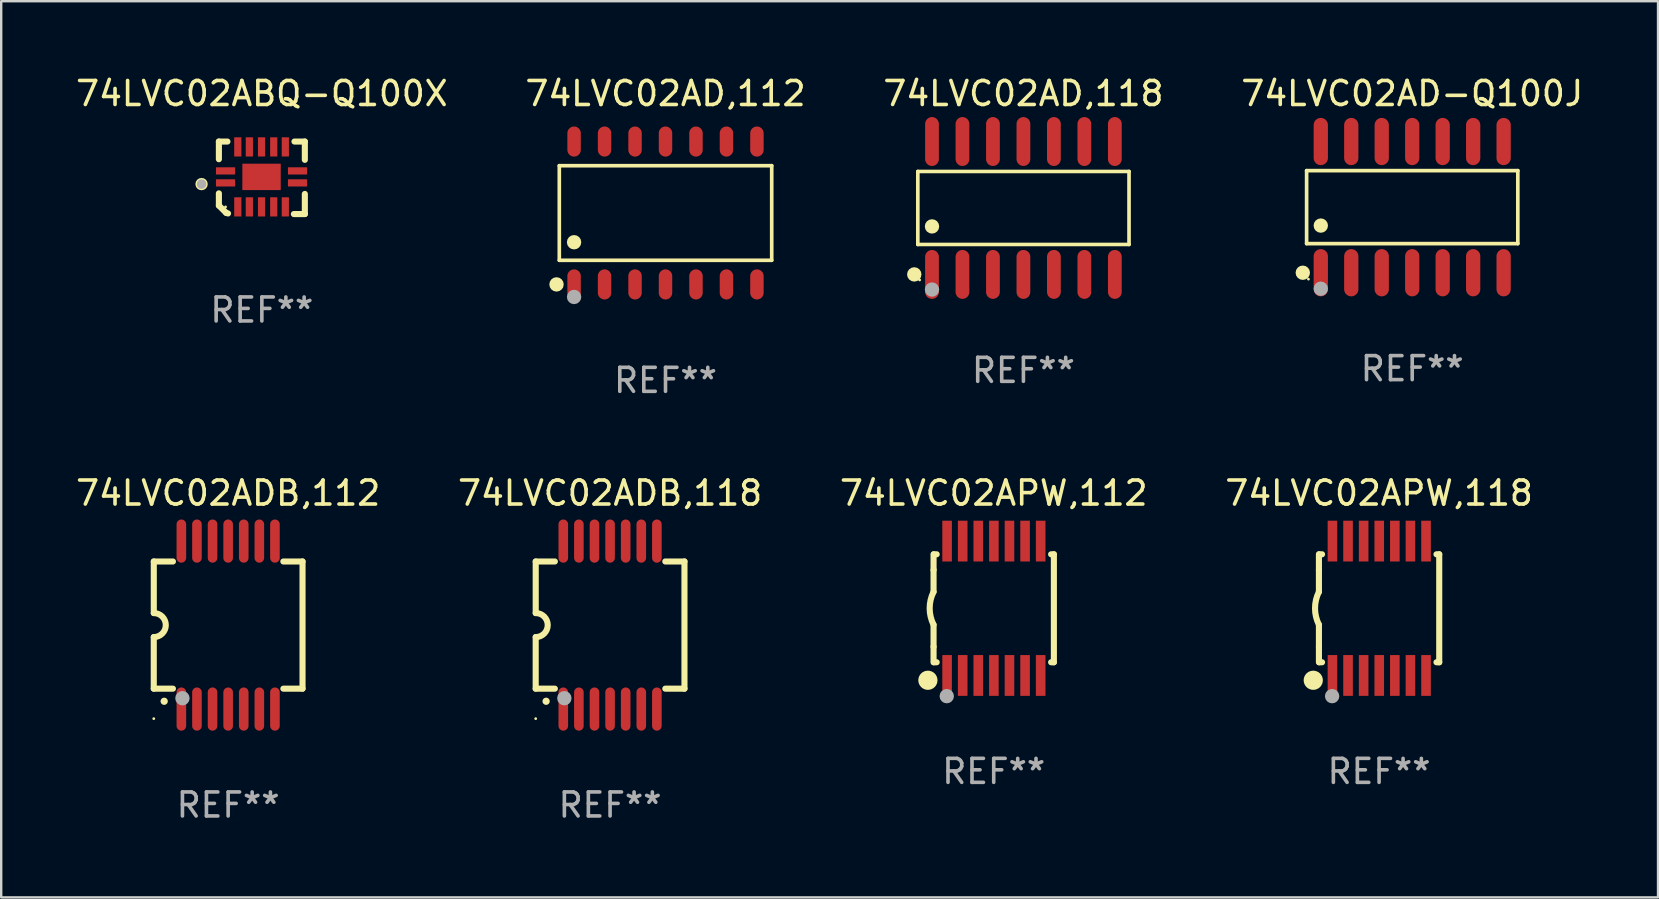
<source format=kicad_pcb>
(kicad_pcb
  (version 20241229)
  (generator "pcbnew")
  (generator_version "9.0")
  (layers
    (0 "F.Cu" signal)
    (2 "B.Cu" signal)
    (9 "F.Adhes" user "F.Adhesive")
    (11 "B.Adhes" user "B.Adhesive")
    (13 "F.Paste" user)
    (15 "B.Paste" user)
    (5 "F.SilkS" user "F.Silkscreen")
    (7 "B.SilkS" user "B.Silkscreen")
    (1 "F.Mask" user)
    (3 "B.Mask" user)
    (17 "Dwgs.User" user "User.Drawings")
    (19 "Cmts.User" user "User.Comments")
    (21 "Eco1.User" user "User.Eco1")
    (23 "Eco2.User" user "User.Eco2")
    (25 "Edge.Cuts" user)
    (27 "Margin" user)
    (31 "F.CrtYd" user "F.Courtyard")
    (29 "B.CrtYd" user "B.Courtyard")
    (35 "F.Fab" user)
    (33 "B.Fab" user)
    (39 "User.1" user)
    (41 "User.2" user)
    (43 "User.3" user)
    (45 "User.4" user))
  (footprint "74LVC02APW,118"
    (layer "F.Cu")
    (at 54.423 22.3)
    (property "Reference" "74LVC02APW,118" (at 0 -4.8 0) (layer "F.SilkS") (effects (font (size 1 1) (thickness 0.15))))
    (attr through_hole)
    (fp_line (start -2.507 -1.6) (end -2.507 -2.25) (stroke (width 0.254) (type solid)) (layer "F.SilkS"))
    (fp_line (start -2.507 -0.686) (end -2.507 -1.6) (stroke (width 0.254) (type solid)) (layer "F.SilkS"))
    (fp_line (start -2.507 1.6) (end -2.507 0.686) (stroke (width 0.254) (type solid)) (layer "F.SilkS"))
    (fp_line (start -2.507 1.6) (end -2.507 2.25) (stroke (width 0.254) (type solid)) (layer "F.SilkS"))
    (fp_line (start -2.493 -2.25) (end -2.377 -2.25) (stroke (width 0.254) (type solid)) (layer "F.SilkS"))
    (fp_line (start -2.377 2.25) (end -2.493 2.25) (stroke (width 0.254) (type solid)) (layer "F.SilkS"))
    (fp_line (start 2.392 -2.25) (end 2.507 -2.25) (stroke (width 0.254) (type solid)) (layer "F.SilkS"))
    (fp_line (start 2.507 -2.25) (end 2.507 2.25) (stroke (width 0.254) (type solid)) (layer "F.SilkS"))
    (fp_line (start 2.507 2.25) (end 2.392 2.25) (stroke (width 0.254) (type solid)) (layer "F.SilkS"))
    (fp_arc (start -2.507303 0.685802) (mid -2.669199 0) (end -2.507303 -0.685801) (stroke (width 0.254001) (type solid)) (layer "F.SilkS"))
    (fp_circle (center -2.743 3) (end -2.543 3) (stroke (width 0.4) (type solid)) (fill no) (layer "F.SilkS"))
    (fp_circle (center -2.493 3.2) (end -2.463 3.2) (stroke (width 0.06) (type solid)) (fill no) (layer "F.SilkS"))
    (fp_circle (center -1.957 3.662) (end -1.807 3.662) (stroke (width 0.3) (type solid)) (fill no) (layer "F.Fab"))
    (fp_text user "REF**" (at 0 6.8 0) (layer "F.Fab") (effects (font (size 1 1) (thickness 0.15))))
    (pad "1" smd rect (at -1.943 2.8) (size 0.4 1.7) (layers "F.Cu" "F.Mask" "F.Paste"))
    (pad "2" smd rect (at -1.293 2.8) (size 0.4 1.7) (layers "F.Cu" "F.Mask" "F.Paste"))
    (pad "3" smd rect (at -0.643 2.8) (size 0.4 1.7) (layers "F.Cu" "F.Mask" "F.Paste"))
    (pad "4" smd rect (at 0.007 2.8) (size 0.4 1.7) (layers "F.Cu" "F.Mask" "F.Paste"))
    (pad "5" smd rect (at 0.657 2.8) (size 0.4 1.7) (layers "F.Cu" "F.Mask" "F.Paste"))
    (pad "6" smd rect (at 1.307 2.8) (size 0.4 1.7) (layers "F.Cu" "F.Mask" "F.Paste"))
    (pad "7" smd rect (at 1.957 2.8) (size 0.4 1.7) (layers "F.Cu" "F.Mask" "F.Paste"))
    (pad "8" smd rect (at 1.957 -2.8) (size 0.4 1.7) (layers "F.Cu" "F.Mask" "F.Paste"))
    (pad "9" smd rect (at 1.307 -2.8) (size 0.4 1.7) (layers "F.Cu" "F.Mask" "F.Paste"))
    (pad "10" smd rect (at 0.657 -2.8) (size 0.4 1.7) (layers "F.Cu" "F.Mask" "F.Paste"))
    (pad "11" smd rect (at 0.007 -2.8) (size 0.4 1.7) (layers "F.Cu" "F.Mask" "F.Paste"))
    (pad "12" smd rect (at -0.643 -2.8) (size 0.4 1.7) (layers "F.Cu" "F.Mask" "F.Paste"))
    (pad "13" smd rect (at -1.293 -2.8) (size 0.4 1.7) (layers "F.Cu" "F.Mask" "F.Paste"))
    (pad "14" smd rect (at -1.943 -2.8) (size 0.4 1.7) (layers "F.Cu" "F.Mask" "F.Paste")))
  (footprint "74LVC02AD-Q100J"
    (layer "F.Cu")
    (at 55.804 5.582)
    (property "Reference" "74LVC02AD-Q100J" (at 0 -4.734 0) (layer "F.SilkS") (effects (font (size 1 1) (thickness 0.15))))
    (attr through_hole)
    (fp_line (start -4.401 -1.521) (end 4.401 -1.521) (stroke (width 0.152) (type solid)) (layer "F.SilkS"))
    (fp_line (start -4.401 1.521) (end -4.401 -1.521) (stroke (width 0.152) (type solid)) (layer "F.SilkS"))
    (fp_line (start 4.401 -1.521) (end 4.401 1.521) (stroke (width 0.152) (type solid)) (layer "F.SilkS"))
    (fp_line (start 4.401 1.521) (end -4.401 1.521) (stroke (width 0.152) (type solid)) (layer "F.SilkS"))
    (fp_circle (center -4.56 2.734) (end -4.41 2.734) (stroke (width 0.3) (type solid)) (fill no) (layer "F.SilkS"))
    (fp_circle (center -4.325 3) (end -4.295 3) (stroke (width 0.06) (type solid)) (fill no) (layer "F.SilkS"))
    (fp_circle (center -3.81 0.769) (end -3.66 0.769) (stroke (width 0.3) (type solid)) (fill no) (layer "F.SilkS"))
    (fp_circle (center -3.81 3.4) (end -3.66 3.4) (stroke (width 0.3) (type solid)) (fill no) (layer "F.Fab"))
    (fp_text user "REF**" (at 0 6.734 0) (layer "F.Fab") (effects (font (size 1 1) (thickness 0.15))))
    (pad "1" smd oval (at -3.81 2.734) (size 0.595 1.968) (layers "F.Cu" "F.Mask" "F.Paste"))
    (pad "2" smd oval (at -2.54 2.734) (size 0.595 1.968) (layers "F.Cu" "F.Mask" "F.Paste"))
    (pad "3" smd oval (at -1.27 2.734) (size 0.595 1.968) (layers "F.Cu" "F.Mask" "F.Paste"))
    (pad "4" smd oval (at 0 2.734) (size 0.595 1.968) (layers "F.Cu" "F.Mask" "F.Paste"))
    (pad "5" smd oval (at 1.27 2.734) (size 0.595 1.968) (layers "F.Cu" "F.Mask" "F.Paste"))
    (pad "6" smd oval (at 2.54 2.734) (size 0.595 1.968) (layers "F.Cu" "F.Mask" "F.Paste"))
    (pad "7" smd oval (at 3.81 2.734) (size 0.595 1.968) (layers "F.Cu" "F.Mask" "F.Paste"))
    (pad "8" smd oval (at 3.81 -2.734) (size 0.595 1.968) (layers "F.Cu" "F.Mask" "F.Paste"))
    (pad "9" smd oval (at 2.54 -2.734) (size 0.595 1.968) (layers "F.Cu" "F.Mask" "F.Paste"))
    (pad "10" smd oval (at 1.27 -2.734) (size 0.595 1.968) (layers "F.Cu" "F.Mask" "F.Paste"))
    (pad "11" smd oval (at 0 -2.734) (size 0.595 1.968) (layers "F.Cu" "F.Mask" "F.Paste"))
    (pad "12" smd oval (at -1.27 -2.734) (size 0.595 1.968) (layers "F.Cu" "F.Mask" "F.Paste"))
    (pad "13" smd oval (at -2.54 -2.734) (size 0.595 1.968) (layers "F.Cu" "F.Mask" "F.Paste"))
    (pad "14" smd oval (at -3.81 -2.734) (size 0.595 1.968) (layers "F.Cu" "F.Mask" "F.Paste")))
  (footprint "74LVC02AD,118"
    (layer "F.Cu")
    (at 39.601 5.617)
    (property "Reference" "74LVC02AD,118" (at 0 -4.769 0) (layer "F.SilkS") (effects (font (size 1 1) (thickness 0.15))))
    (attr through_hole)
    (fp_line (start -4.401 -1.521) (end 4.401 -1.521) (stroke (width 0.152) (type solid)) (layer "F.SilkS"))
    (fp_line (start -4.401 1.521) (end -4.401 -1.521) (stroke (width 0.152) (type solid)) (layer "F.SilkS"))
    (fp_line (start 4.401 -1.521) (end 4.401 1.521) (stroke (width 0.152) (type solid)) (layer "F.SilkS"))
    (fp_line (start 4.401 1.521) (end -4.401 1.521) (stroke (width 0.152) (type solid)) (layer "F.SilkS"))
    (fp_circle (center -4.549 2.769) (end -4.399 2.769) (stroke (width 0.3) (type solid)) (fill no) (layer "F.SilkS"))
    (fp_circle (center -4.325 3) (end -4.295 3) (stroke (width 0.06) (type solid)) (fill no) (layer "F.SilkS"))
    (fp_circle (center -3.81 0.769) (end -3.66 0.769) (stroke (width 0.3) (type solid)) (fill no) (layer "F.SilkS"))
    (fp_circle (center -3.81 3.4) (end -3.66 3.4) (stroke (width 0.3) (type solid)) (fill no) (layer "F.Fab"))
    (fp_text user "REF**" (at 0 6.769 0) (layer "F.Fab") (effects (font (size 1 1) (thickness 0.15))))
    (pad "1" smd oval (at -3.81 2.769) (size 0.574 2.038) (layers "F.Cu" "F.Mask" "F.Paste"))
    (pad "2" smd oval (at -2.54 2.769) (size 0.574 2.038) (layers "F.Cu" "F.Mask" "F.Paste"))
    (pad "3" smd oval (at -1.27 2.769) (size 0.574 2.038) (layers "F.Cu" "F.Mask" "F.Paste"))
    (pad "4" smd oval (at 0 2.769) (size 0.574 2.038) (layers "F.Cu" "F.Mask" "F.Paste"))
    (pad "5" smd oval (at 1.27 2.769) (size 0.574 2.038) (layers "F.Cu" "F.Mask" "F.Paste"))
    (pad "6" smd oval (at 2.54 2.769) (size 0.574 2.038) (layers "F.Cu" "F.Mask" "F.Paste"))
    (pad "7" smd oval (at 3.81 2.769) (size 0.574 2.038) (layers "F.Cu" "F.Mask" "F.Paste"))
    (pad "8" smd oval (at 3.81 -2.769) (size 0.574 2.038) (layers "F.Cu" "F.Mask" "F.Paste"))
    (pad "9" smd oval (at 2.54 -2.769) (size 0.574 2.038) (layers "F.Cu" "F.Mask" "F.Paste"))
    (pad "10" smd oval (at 1.27 -2.769) (size 0.574 2.038) (layers "F.Cu" "F.Mask" "F.Paste"))
    (pad "11" smd oval (at 0 -2.769) (size 0.574 2.038) (layers "F.Cu" "F.Mask" "F.Paste"))
    (pad "12" smd oval (at -1.27 -2.769) (size 0.574 2.038) (layers "F.Cu" "F.Mask" "F.Paste"))
    (pad "13" smd oval (at -2.54 -2.769) (size 0.574 2.038) (layers "F.Cu" "F.Mask" "F.Paste"))
    (pad "14" smd oval (at -3.81 -2.769) (size 0.574 2.038) (layers "F.Cu" "F.Mask" "F.Paste")))
  (footprint "74LVC02APW,112"
    (layer "F.Cu")
    (at 38.363 22.3)
    (property "Reference" "74LVC02APW,112" (at 0 -4.8 0) (layer "F.SilkS") (effects (font (size 1 1) (thickness 0.15))))
    (attr through_hole)
    (fp_line (start -2.507 -1.6) (end -2.507 -2.25) (stroke (width 0.254) (type solid)) (layer "F.SilkS"))
    (fp_line (start -2.507 -0.686) (end -2.507 -1.6) (stroke (width 0.254) (type solid)) (layer "F.SilkS"))
    (fp_line (start -2.507 1.6) (end -2.507 0.686) (stroke (width 0.254) (type solid)) (layer "F.SilkS"))
    (fp_line (start -2.507 1.6) (end -2.507 2.25) (stroke (width 0.254) (type solid)) (layer "F.SilkS"))
    (fp_line (start -2.493 -2.25) (end -2.377 -2.25) (stroke (width 0.254) (type solid)) (layer "F.SilkS"))
    (fp_line (start -2.377 2.25) (end -2.493 2.25) (stroke (width 0.254) (type solid)) (layer "F.SilkS"))
    (fp_line (start 2.392 -2.25) (end 2.507 -2.25) (stroke (width 0.254) (type solid)) (layer "F.SilkS"))
    (fp_line (start 2.507 -2.25) (end 2.507 2.25) (stroke (width 0.254) (type solid)) (layer "F.SilkS"))
    (fp_line (start 2.507 2.25) (end 2.392 2.25) (stroke (width 0.254) (type solid)) (layer "F.SilkS"))
    (fp_arc (start -2.507303 0.685802) (mid -2.669199 0) (end -2.507303 -0.685801) (stroke (width 0.254001) (type solid)) (layer "F.SilkS"))
    (fp_circle (center -2.743 3) (end -2.543 3) (stroke (width 0.4) (type solid)) (fill no) (layer "F.SilkS"))
    (fp_circle (center -2.493 3.2) (end -2.463 3.2) (stroke (width 0.06) (type solid)) (fill no) (layer "F.SilkS"))
    (fp_circle (center -1.957 3.662) (end -1.807 3.662) (stroke (width 0.3) (type solid)) (fill no) (layer "F.Fab"))
    (fp_text user "REF**" (at 0 6.8 0) (layer "F.Fab") (effects (font (size 1 1) (thickness 0.15))))
    (pad "1" smd rect (at -1.943 2.8) (size 0.4 1.7) (layers "F.Cu" "F.Mask" "F.Paste"))
    (pad "2" smd rect (at -1.293 2.8) (size 0.4 1.7) (layers "F.Cu" "F.Mask" "F.Paste"))
    (pad "3" smd rect (at -0.643 2.8) (size 0.4 1.7) (layers "F.Cu" "F.Mask" "F.Paste"))
    (pad "4" smd rect (at 0.007 2.8) (size 0.4 1.7) (layers "F.Cu" "F.Mask" "F.Paste"))
    (pad "5" smd rect (at 0.657 2.8) (size 0.4 1.7) (layers "F.Cu" "F.Mask" "F.Paste"))
    (pad "6" smd rect (at 1.307 2.8) (size 0.4 1.7) (layers "F.Cu" "F.Mask" "F.Paste"))
    (pad "7" smd rect (at 1.957 2.8) (size 0.4 1.7) (layers "F.Cu" "F.Mask" "F.Paste"))
    (pad "8" smd rect (at 1.957 -2.8) (size 0.4 1.7) (layers "F.Cu" "F.Mask" "F.Paste"))
    (pad "9" smd rect (at 1.307 -2.8) (size 0.4 1.7) (layers "F.Cu" "F.Mask" "F.Paste"))
    (pad "10" smd rect (at 0.657 -2.8) (size 0.4 1.7) (layers "F.Cu" "F.Mask" "F.Paste"))
    (pad "11" smd rect (at 0.007 -2.8) (size 0.4 1.7) (layers "F.Cu" "F.Mask" "F.Paste"))
    (pad "12" smd rect (at -0.643 -2.8) (size 0.4 1.7) (layers "F.Cu" "F.Mask" "F.Paste"))
    (pad "13" smd rect (at -1.293 -2.8) (size 0.4 1.7) (layers "F.Cu" "F.Mask" "F.Paste"))
    (pad "14" smd rect (at -1.943 -2.8) (size 0.4 1.7) (layers "F.Cu" "F.Mask" "F.Paste")))
  (footprint "74LVC02ADB,118"
    (layer "F.Cu")
    (at 22.375 23)
    (property "Reference" "74LVC02ADB,118" (at 0 -5.5 0) (layer "F.SilkS") (effects (font (size 1 1) (thickness 0.15))))
    (attr through_hole)
    (fp_line (start -3.1 2.65) (end -3.1 0.5) (stroke (width 0.254) (type solid)) (layer "F.SilkS"))
    (fp_line (start -3.099 -2.65) (end -2.301 -2.65) (stroke (width 0.254) (type solid)) (layer "F.SilkS"))
    (fp_line (start -3.099 -0.5) (end -3.099 -2.65) (stroke (width 0.254) (type solid)) (layer "F.SilkS"))
    (fp_line (start -2.301 2.65) (end -3.1 2.65) (stroke (width 0.254) (type solid)) (layer "F.SilkS"))
    (fp_line (start 2.301 -2.65) (end 3.1 -2.65) (stroke (width 0.254) (type solid)) (layer "F.SilkS"))
    (fp_line (start 3.1 -2.65) (end 3.1 2.65) (stroke (width 0.254) (type solid)) (layer "F.SilkS"))
    (fp_line (start 3.1 2.65) (end 2.301 2.65) (stroke (width 0.254) (type solid)) (layer "F.SilkS"))
    (fp_arc (start -3.098806 -0.500381) (mid -2.598806 0) (end -3.098806 0.500381) (stroke (width 0.254001) (type solid)) (layer "F.SilkS"))
    (fp_arc (start -2.667005 3.175006) (mid -2.665735 3.175001) (end -2.664465 3.175006) (stroke (width 0.3) (type solid)) (layer "F.SilkS"))
    (fp_circle (center -3.1 3.9) (end -3.07 3.9) (stroke (width 0.06) (type solid)) (fill no) (layer "F.SilkS"))
    (fp_circle (center -1.905 3.048) (end -1.755 3.048) (stroke (width 0.3) (type solid)) (fill no) (layer "F.Fab"))
    (fp_text user "REF**" (at 0 7.5 0) (layer "F.Fab") (effects (font (size 1 1) (thickness 0.15))))
    (pad "1" smd oval (at -1.95 3.5 270) (size 1.8 0.4) (layers "F.Cu" "F.Mask" "F.Paste"))
    (pad "2" smd oval (at -1.3 3.5 270) (size 1.8 0.4) (layers "F.Cu" "F.Mask" "F.Paste"))
    (pad "3" smd oval (at -0.65 3.5 270) (size 1.8 0.4) (layers "F.Cu" "F.Mask" "F.Paste"))
    (pad "4" smd oval (at 0 3.5 270) (size 1.8 0.4) (layers "F.Cu" "F.Mask" "F.Paste"))
    (pad "5" smd oval (at 0.65 3.5 270) (size 1.8 0.4) (layers "F.Cu" "F.Mask" "F.Paste"))
    (pad "6" smd oval (at 1.3 3.5 270) (size 1.8 0.4) (layers "F.Cu" "F.Mask" "F.Paste"))
    (pad "7" smd oval (at 1.95 3.5 270) (size 1.8 0.4) (layers "F.Cu" "F.Mask" "F.Paste"))
    (pad "8" smd oval (at 1.95 -3.5 90) (size 1.8 0.4) (layers "F.Cu" "F.Mask" "F.Paste"))
    (pad "9" smd oval (at 1.3 -3.5 90) (size 1.8 0.4) (layers "F.Cu" "F.Mask" "F.Paste"))
    (pad "10" smd oval (at 0.65 -3.5 90) (size 1.8 0.4) (layers "F.Cu" "F.Mask" "F.Paste"))
    (pad "11" smd oval (at 0 -3.5 90) (size 1.8 0.4) (layers "F.Cu" "F.Mask" "F.Paste"))
    (pad "12" smd oval (at -0.65 -3.5 90) (size 1.8 0.4) (layers "F.Cu" "F.Mask" "F.Paste"))
    (pad "13" smd oval (at -1.3 -3.5 90) (size 1.8 0.4) (layers "F.Cu" "F.Mask" "F.Paste"))
    (pad "14" smd oval (at -1.95 -3.5 90) (size 1.8 0.4) (layers "F.Cu" "F.Mask" "F.Paste")))
  (footprint "74LVC02AD,112"
    (layer "F.Cu")
    (at 24.685 5.826)
    (property "Reference" "74LVC02AD,112" (at 0 -4.977 0) (layer "F.SilkS") (effects (font (size 1 1) (thickness 0.15))))
    (attr through_hole)
    (fp_line (start -4.426 -1.971) (end 4.426 -1.971) (stroke (width 0.152) (type solid)) (layer "F.SilkS"))
    (fp_line (start -4.426 1.971) (end -4.426 -1.971) (stroke (width 0.152) (type solid)) (layer "F.SilkS"))
    (fp_line (start 4.426 -1.971) (end 4.426 1.971) (stroke (width 0.152) (type solid)) (layer "F.SilkS"))
    (fp_line (start 4.426 1.971) (end -4.426 1.971) (stroke (width 0.152) (type solid)) (layer "F.SilkS"))
    (fp_circle (center -4.542 2.977) (end -4.392 2.977) (stroke (width 0.3) (type solid)) (fill no) (layer "F.SilkS"))
    (fp_circle (center -4.35 3.1) (end -4.32 3.1) (stroke (width 0.06) (type solid)) (fill no) (layer "F.SilkS"))
    (fp_circle (center -3.81 1.219) (end -3.66 1.219) (stroke (width 0.3) (type solid)) (fill no) (layer "F.SilkS"))
    (fp_circle (center -3.81 3.5) (end -3.66 3.5) (stroke (width 0.3) (type solid)) (fill no) (layer "F.Fab"))
    (fp_text user "REF**" (at 0 6.977 0) (layer "F.Fab") (effects (font (size 1 1) (thickness 0.15))))
    (pad "1" smd oval (at -3.81 2.977) (size 0.56 1.255) (layers "F.Cu" "F.Mask" "F.Paste"))
    (pad "2" smd oval (at -2.54 2.977) (size 0.56 1.255) (layers "F.Cu" "F.Mask" "F.Paste"))
    (pad "3" smd oval (at -1.27 2.977) (size 0.56 1.255) (layers "F.Cu" "F.Mask" "F.Paste"))
    (pad "4" smd oval (at 0 2.977) (size 0.56 1.255) (layers "F.Cu" "F.Mask" "F.Paste"))
    (pad "5" smd oval (at 1.27 2.977) (size 0.56 1.255) (layers "F.Cu" "F.Mask" "F.Paste"))
    (pad "6" smd oval (at 2.54 2.977) (size 0.56 1.255) (layers "F.Cu" "F.Mask" "F.Paste"))
    (pad "7" smd oval (at 3.81 2.977) (size 0.56 1.255) (layers "F.Cu" "F.Mask" "F.Paste"))
    (pad "8" smd oval (at 3.81 -2.977) (size 0.56 1.255) (layers "F.Cu" "F.Mask" "F.Paste"))
    (pad "9" smd oval (at 2.54 -2.977) (size 0.56 1.255) (layers "F.Cu" "F.Mask" "F.Paste"))
    (pad "10" smd oval (at 1.27 -2.977) (size 0.56 1.255) (layers "F.Cu" "F.Mask" "F.Paste"))
    (pad "11" smd oval (at 0 -2.977) (size 0.56 1.255) (layers "F.Cu" "F.Mask" "F.Paste"))
    (pad "12" smd oval (at -1.27 -2.977) (size 0.56 1.255) (layers "F.Cu" "F.Mask" "F.Paste"))
    (pad "13" smd oval (at -2.54 -2.977) (size 0.56 1.255) (layers "F.Cu" "F.Mask" "F.Paste"))
    (pad "14" smd oval (at -3.81 -2.977) (size 0.56 1.255) (layers "F.Cu" "F.Mask" "F.Paste")))
  (footprint "74LVC02ADB,112"
    (layer "F.Cu")
    (at 6.458 23)
    (property "Reference" "74LVC02ADB,112" (at 0 -5.5 0) (layer "F.SilkS") (effects (font (size 1 1) (thickness 0.15))))
    (attr through_hole)
    (fp_line (start -3.1 2.65) (end -3.1 0.5) (stroke (width 0.254) (type solid)) (layer "F.SilkS"))
    (fp_line (start -3.099 -2.65) (end -2.301 -2.65) (stroke (width 0.254) (type solid)) (layer "F.SilkS"))
    (fp_line (start -3.099 -0.5) (end -3.099 -2.65) (stroke (width 0.254) (type solid)) (layer "F.SilkS"))
    (fp_line (start -2.301 2.65) (end -3.1 2.65) (stroke (width 0.254) (type solid)) (layer "F.SilkS"))
    (fp_line (start 2.301 -2.65) (end 3.1 -2.65) (stroke (width 0.254) (type solid)) (layer "F.SilkS"))
    (fp_line (start 3.1 -2.65) (end 3.1 2.65) (stroke (width 0.254) (type solid)) (layer "F.SilkS"))
    (fp_line (start 3.1 2.65) (end 2.301 2.65) (stroke (width 0.254) (type solid)) (layer "F.SilkS"))
    (fp_arc (start -3.098806 -0.500381) (mid -2.598806 0) (end -3.098806 0.500381) (stroke (width 0.254001) (type solid)) (layer "F.SilkS"))
    (fp_arc (start -2.667005 3.175006) (mid -2.665735 3.175001) (end -2.664465 3.175006) (stroke (width 0.3) (type solid)) (layer "F.SilkS"))
    (fp_circle (center -3.1 3.9) (end -3.07 3.9) (stroke (width 0.06) (type solid)) (fill no) (layer "F.SilkS"))
    (fp_circle (center -1.905 3.048) (end -1.755 3.048) (stroke (width 0.3) (type solid)) (fill no) (layer "F.Fab"))
    (fp_text user "REF**" (at 0 7.5 0) (layer "F.Fab") (effects (font (size 1 1) (thickness 0.15))))
    (pad "1" smd oval (at -1.95 3.5 270) (size 1.8 0.4) (layers "F.Cu" "F.Mask" "F.Paste"))
    (pad "2" smd oval (at -1.3 3.5 270) (size 1.8 0.4) (layers "F.Cu" "F.Mask" "F.Paste"))
    (pad "3" smd oval (at -0.65 3.5 270) (size 1.8 0.4) (layers "F.Cu" "F.Mask" "F.Paste"))
    (pad "4" smd oval (at 0 3.5 270) (size 1.8 0.4) (layers "F.Cu" "F.Mask" "F.Paste"))
    (pad "5" smd oval (at 0.65 3.5 270) (size 1.8 0.4) (layers "F.Cu" "F.Mask" "F.Paste"))
    (pad "6" smd oval (at 1.3 3.5 270) (size 1.8 0.4) (layers "F.Cu" "F.Mask" "F.Paste"))
    (pad "7" smd oval (at 1.95 3.5 270) (size 1.8 0.4) (layers "F.Cu" "F.Mask" "F.Paste"))
    (pad "8" smd oval (at 1.95 -3.5 90) (size 1.8 0.4) (layers "F.Cu" "F.Mask" "F.Paste"))
    (pad "9" smd oval (at 1.3 -3.5 90) (size 1.8 0.4) (layers "F.Cu" "F.Mask" "F.Paste"))
    (pad "10" smd oval (at 0.65 -3.5 90) (size 1.8 0.4) (layers "F.Cu" "F.Mask" "F.Paste"))
    (pad "11" smd oval (at 0 -3.5 90) (size 1.8 0.4) (layers "F.Cu" "F.Mask" "F.Paste"))
    (pad "12" smd oval (at -0.65 -3.5 90) (size 1.8 0.4) (layers "F.Cu" "F.Mask" "F.Paste"))
    (pad "13" smd oval (at -1.3 -3.5 90) (size 1.8 0.4) (layers "F.Cu" "F.Mask" "F.Paste"))
    (pad "14" smd oval (at -1.95 -3.5 90) (size 1.8 0.4) (layers "F.Cu" "F.Mask" "F.Paste")))
  (footprint "74LVC02ABQ-Q100X"
    (layer "F.Cu")
    (at 7.863 4.36)
    (property "Reference" "74LVC02ABQ-Q100X" (at 0 -3.511 0) (layer "F.SilkS") (effects (font (size 1 1) (thickness 0.15))))
    (attr through_hole)
    (fp_line (start -1.791 -1.511) (end -1.435 -1.511) (stroke (width 0.254) (type solid)) (layer "F.SilkS"))
    (fp_line (start -1.791 -0.775) (end -1.791 -1.511) (stroke (width 0.254) (type solid)) (layer "F.SilkS"))
    (fp_line (start -1.791 1.156) (end -1.791 0.648) (stroke (width 0.254) (type solid)) (layer "F.SilkS"))
    (fp_line (start -1.486 1.461) (end -1.791 1.156) (stroke (width 0.254) (type solid)) (layer "F.SilkS"))
    (fp_line (start -1.41 1.486) (end -1.486 1.461) (stroke (width 0.254) (type solid)) (layer "F.SilkS"))
    (fp_line (start 1.334 1.511) (end 1.791 1.511) (stroke (width 0.254) (type solid)) (layer "F.SilkS"))
    (fp_line (start 1.791 -1.511) (end 1.359 -1.511) (stroke (width 0.254) (type solid)) (layer "F.SilkS"))
    (fp_line (start 1.791 -0.749) (end 1.791 -1.511) (stroke (width 0.254) (type solid)) (layer "F.SilkS"))
    (fp_line (start 1.791 1.511) (end 1.791 0.673) (stroke (width 0.254) (type solid)) (layer "F.SilkS"))
    (fp_circle (center -2.513 0.262) (end -2.383 0.262) (stroke (width 0.254) (type solid)) (fill no) (layer "F.SilkS"))
    (fp_circle (center -1.513 1.212) (end -1.483 1.212) (stroke (width 0.06) (type solid)) (fill no) (layer "F.SilkS"))
    (fp_circle (center -2.513 0.262) (end -2.413 0.262) (stroke (width 0.2) (type solid)) (fill no) (layer "F.Fab"))
    (fp_text user "REF**" (at 0 5.511 0) (layer "F.Fab") (effects (font (size 1 1) (thickness 0.15))))
    (pad "1" smd rect (at -1.513 0.212) (size 0.8 0.3) (layers "F.Cu" "F.Mask" "F.Paste"))
    (pad "2" smd rect (at -1.003 1.212) (size 0.3 0.8) (layers "F.Cu" "F.Mask" "F.Paste"))
    (pad "3" smd rect (at -0.521 1.212) (size 0.3 0.8) (layers "F.Cu" "F.Mask" "F.Paste"))
    (pad "4" smd rect (at -0.013 1.212) (size 0.3 0.8) (layers "F.Cu" "F.Mask" "F.Paste"))
    (pad "5" smd rect (at 0.495 1.212) (size 0.3 0.8) (layers "F.Cu" "F.Mask" "F.Paste"))
    (pad "6" smd rect (at 0.978 1.212) (size 0.3 0.8) (layers "F.Cu" "F.Mask" "F.Paste"))
    (pad "7" smd rect (at 1.487 0.212) (size 0.8 0.3) (layers "F.Cu" "F.Mask" "F.Paste"))
    (pad "8" smd rect (at 1.487 -0.288) (size 0.8 0.3) (layers "F.Cu" "F.Mask" "F.Paste"))
    (pad "9" smd rect (at 0.978 -1.288) (size 0.3 0.8) (layers "F.Cu" "F.Mask" "F.Paste"))
    (pad "10" smd rect (at 0.495 -1.288) (size 0.3 0.8) (layers "F.Cu" "F.Mask" "F.Paste"))
    (pad "11" smd rect (at -0.013 -1.288) (size 0.3 0.8) (layers "F.Cu" "F.Mask" "F.Paste"))
    (pad "12" smd rect (at -0.521 -1.288) (size 0.3 0.8) (layers "F.Cu" "F.Mask" "F.Paste"))
    (pad "13" smd rect (at -1.003 -1.288) (size 0.3 0.8) (layers "F.Cu" "F.Mask" "F.Paste"))
    (pad "14" smd rect (at -1.513 -0.288) (size 0.8 0.3) (layers "F.Cu" "F.Mask" "F.Paste"))
    (pad "15" smd rect (at -0.013 -0.038 90) (size 1.1 1.6) (layers "F.Cu" "F.Mask" "F.Paste")))
  (gr_rect
    (start -3 -3)
    (end 66.048 34.348)
    (stroke (width 0.1) (type default))
    (fill no)
    (layer "Edge.Cuts")))
</source>
